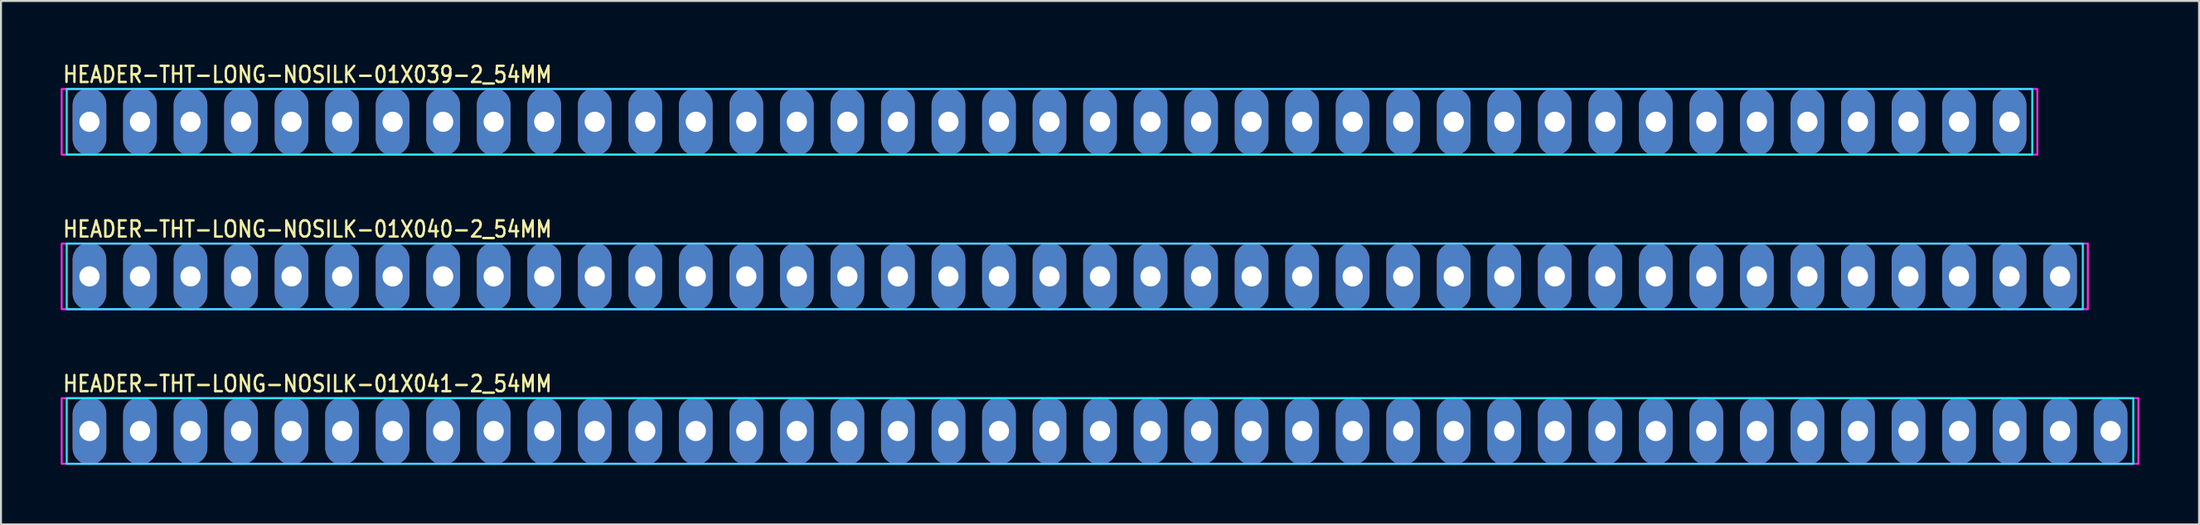
<source format=kicad_pcb>
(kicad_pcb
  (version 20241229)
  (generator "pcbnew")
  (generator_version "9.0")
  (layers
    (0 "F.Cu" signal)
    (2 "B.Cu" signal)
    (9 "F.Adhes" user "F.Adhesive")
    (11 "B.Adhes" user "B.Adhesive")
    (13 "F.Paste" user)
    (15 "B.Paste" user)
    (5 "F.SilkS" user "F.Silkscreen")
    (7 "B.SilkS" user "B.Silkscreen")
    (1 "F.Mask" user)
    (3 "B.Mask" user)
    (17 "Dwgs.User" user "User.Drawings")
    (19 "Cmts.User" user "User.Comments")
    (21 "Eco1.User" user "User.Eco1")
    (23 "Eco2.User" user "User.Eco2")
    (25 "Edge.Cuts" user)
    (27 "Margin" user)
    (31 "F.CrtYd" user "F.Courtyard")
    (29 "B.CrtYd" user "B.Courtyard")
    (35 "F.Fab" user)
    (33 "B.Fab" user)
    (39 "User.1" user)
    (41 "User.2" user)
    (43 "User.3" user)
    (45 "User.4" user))
  (footprint "HEADER-THT-LONG-NOSILK-01X039-2_54MM"
    (layer "F.Cu")
    (at 1.447 3.079)
    (property "Reference" "HEADER-THT-LONG-NOSILK-01X039-2_54MM" (at -1.4 -1.9 0) (unlocked yes) (layer "F.SilkS") (effects (font (size 0.813 0.695) (thickness 0.122)) (justify left bottom)))
    (fp_poly (pts (xy -1.143 -1.651) (xy 97.663 -1.651) (xy 97.663 1.651) (xy -1.143 1.651)) (stroke (width 0.1) (type solid)) (fill no) (layer "B.CrtYd"))
    (fp_poly (pts (xy -1.397 -1.651) (xy 97.917 -1.651) (xy 97.917 1.651) (xy -1.397 1.651)) (stroke (width 0.1) (type solid)) (fill no) (layer "F.CrtYd"))
    (pad "P$1" thru_hole oval (at 0 0 90) (size 3.387 1.693) (drill 1.016) (layers "*.Cu" "*.Mask"))
    (pad "P$2" thru_hole oval (at 2.54 0 90) (size 3.387 1.693) (drill 1.016) (layers "*.Cu" "*.Mask"))
    (pad "P$3" thru_hole oval (at 5.08 0 90) (size 3.387 1.693) (drill 1.016) (layers "*.Cu" "*.Mask"))
    (pad "P$4" thru_hole oval (at 7.62 0 90) (size 3.387 1.693) (drill 1.016) (layers "*.Cu" "*.Mask"))
    (pad "P$5" thru_hole oval (at 10.16 0 90) (size 3.387 1.693) (drill 1.016) (layers "*.Cu" "*.Mask"))
    (pad "P$6" thru_hole oval (at 12.7 0 90) (size 3.387 1.693) (drill 1.016) (layers "*.Cu" "*.Mask"))
    (pad "P$7" thru_hole oval (at 15.24 0 90) (size 3.387 1.693) (drill 1.016) (layers "*.Cu" "*.Mask"))
    (pad "P$8" thru_hole oval (at 17.78 0 90) (size 3.387 1.693) (drill 1.016) (layers "*.Cu" "*.Mask"))
    (pad "P$9" thru_hole oval (at 20.32 0 90) (size 3.387 1.693) (drill 1.016) (layers "*.Cu" "*.Mask"))
    (pad "P$10" thru_hole oval (at 22.86 0 90) (size 3.387 1.693) (drill 1.016) (layers "*.Cu" "*.Mask"))
    (pad "P$11" thru_hole oval (at 25.4 0 90) (size 3.387 1.693) (drill 1.016) (layers "*.Cu" "*.Mask"))
    (pad "P$12" thru_hole oval (at 27.94 0 90) (size 3.387 1.693) (drill 1.016) (layers "*.Cu" "*.Mask"))
    (pad "P$13" thru_hole oval (at 30.48 0 90) (size 3.387 1.693) (drill 1.016) (layers "*.Cu" "*.Mask"))
    (pad "P$14" thru_hole oval (at 33.02 0 90) (size 3.387 1.693) (drill 1.016) (layers "*.Cu" "*.Mask"))
    (pad "P$15" thru_hole oval (at 35.56 0 90) (size 3.387 1.693) (drill 1.016) (layers "*.Cu" "*.Mask"))
    (pad "P$16" thru_hole oval (at 38.1 0 90) (size 3.387 1.693) (drill 1.016) (layers "*.Cu" "*.Mask"))
    (pad "P$17" thru_hole oval (at 40.64 0 90) (size 3.387 1.693) (drill 1.016) (layers "*.Cu" "*.Mask"))
    (pad "P$18" thru_hole oval (at 43.18 0 90) (size 3.387 1.693) (drill 1.016) (layers "*.Cu" "*.Mask"))
    (pad "P$19" thru_hole oval (at 45.72 0 90) (size 3.387 1.693) (drill 1.016) (layers "*.Cu" "*.Mask"))
    (pad "P$20" thru_hole oval (at 48.26 0 90) (size 3.387 1.693) (drill 1.016) (layers "*.Cu" "*.Mask"))
    (pad "P$21" thru_hole oval (at 50.8 0 90) (size 3.387 1.693) (drill 1.016) (layers "*.Cu" "*.Mask"))
    (pad "P$22" thru_hole oval (at 53.34 0 90) (size 3.387 1.693) (drill 1.016) (layers "*.Cu" "*.Mask"))
    (pad "P$23" thru_hole oval (at 55.88 0 90) (size 3.387 1.693) (drill 1.016) (layers "*.Cu" "*.Mask"))
    (pad "P$24" thru_hole oval (at 58.42 0 90) (size 3.387 1.693) (drill 1.016) (layers "*.Cu" "*.Mask"))
    (pad "P$25" thru_hole oval (at 60.96 0 90) (size 3.387 1.693) (drill 1.016) (layers "*.Cu" "*.Mask"))
    (pad "P$26" thru_hole oval (at 63.5 0 90) (size 3.387 1.693) (drill 1.016) (layers "*.Cu" "*.Mask"))
    (pad "P$27" thru_hole oval (at 66.04 0 90) (size 3.387 1.693) (drill 1.016) (layers "*.Cu" "*.Mask"))
    (pad "P$28" thru_hole oval (at 68.58 0 90) (size 3.387 1.693) (drill 1.016) (layers "*.Cu" "*.Mask"))
    (pad "P$29" thru_hole oval (at 71.12 0 90) (size 3.387 1.693) (drill 1.016) (layers "*.Cu" "*.Mask"))
    (pad "P$30" thru_hole oval (at 73.66 0 90) (size 3.387 1.693) (drill 1.016) (layers "*.Cu" "*.Mask"))
    (pad "P$31" thru_hole oval (at 76.2 0 90) (size 3.387 1.693) (drill 1.016) (layers "*.Cu" "*.Mask"))
    (pad "P$32" thru_hole oval (at 78.74 0 90) (size 3.387 1.693) (drill 1.016) (layers "*.Cu" "*.Mask"))
    (pad "P$33" thru_hole oval (at 81.28 0 90) (size 3.387 1.693) (drill 1.016) (layers "*.Cu" "*.Mask"))
    (pad "P$34" thru_hole oval (at 83.82 0 90) (size 3.387 1.693) (drill 1.016) (layers "*.Cu" "*.Mask"))
    (pad "P$35" thru_hole oval (at 86.36 0 90) (size 3.387 1.693) (drill 1.016) (layers "*.Cu" "*.Mask"))
    (pad "P$36" thru_hole oval (at 88.9 0 90) (size 3.387 1.693) (drill 1.016) (layers "*.Cu" "*.Mask"))
    (pad "P$37" thru_hole oval (at 91.44 0 90) (size 3.387 1.693) (drill 1.016) (layers "*.Cu" "*.Mask"))
    (pad "P$38" thru_hole oval (at 93.98 0 90) (size 3.387 1.693) (drill 1.016) (layers "*.Cu" "*.Mask"))
    (pad "P$39" thru_hole oval (at 96.52 0 90) (size 3.387 1.693) (drill 1.016) (layers "*.Cu" "*.Mask")))
  (footprint "HEADER-THT-LONG-NOSILK-01X040-2_54MM"
    (layer "F.Cu")
    (at 1.447 10.858)
    (property "Reference" "HEADER-THT-LONG-NOSILK-01X040-2_54MM" (at -1.4 -1.9 0) (unlocked yes) (layer "F.SilkS") (effects (font (size 0.813 0.695) (thickness 0.122)) (justify left bottom)))
    (fp_poly (pts (xy -1.143 -1.651) (xy 100.203 -1.651) (xy 100.203 1.651) (xy -1.143 1.651)) (stroke (width 0.1) (type solid)) (fill no) (layer "B.CrtYd"))
    (fp_poly (pts (xy -1.397 -1.651) (xy 100.457 -1.651) (xy 100.457 1.651) (xy -1.397 1.651)) (stroke (width 0.1) (type solid)) (fill no) (layer "F.CrtYd"))
    (pad "P$1" thru_hole oval (at 0 0 90) (size 3.387 1.693) (drill 1.016) (layers "*.Cu" "*.Mask"))
    (pad "P$2" thru_hole oval (at 2.54 0 90) (size 3.387 1.693) (drill 1.016) (layers "*.Cu" "*.Mask"))
    (pad "P$3" thru_hole oval (at 5.08 0 90) (size 3.387 1.693) (drill 1.016) (layers "*.Cu" "*.Mask"))
    (pad "P$4" thru_hole oval (at 7.62 0 90) (size 3.387 1.693) (drill 1.016) (layers "*.Cu" "*.Mask"))
    (pad "P$5" thru_hole oval (at 10.16 0 90) (size 3.387 1.693) (drill 1.016) (layers "*.Cu" "*.Mask"))
    (pad "P$6" thru_hole oval (at 12.7 0 90) (size 3.387 1.693) (drill 1.016) (layers "*.Cu" "*.Mask"))
    (pad "P$7" thru_hole oval (at 15.24 0 90) (size 3.387 1.693) (drill 1.016) (layers "*.Cu" "*.Mask"))
    (pad "P$8" thru_hole oval (at 17.78 0 90) (size 3.387 1.693) (drill 1.016) (layers "*.Cu" "*.Mask"))
    (pad "P$9" thru_hole oval (at 20.32 0 90) (size 3.387 1.693) (drill 1.016) (layers "*.Cu" "*.Mask"))
    (pad "P$10" thru_hole oval (at 22.86 0 90) (size 3.387 1.693) (drill 1.016) (layers "*.Cu" "*.Mask"))
    (pad "P$11" thru_hole oval (at 25.4 0 90) (size 3.387 1.693) (drill 1.016) (layers "*.Cu" "*.Mask"))
    (pad "P$12" thru_hole oval (at 27.94 0 90) (size 3.387 1.693) (drill 1.016) (layers "*.Cu" "*.Mask"))
    (pad "P$13" thru_hole oval (at 30.48 0 90) (size 3.387 1.693) (drill 1.016) (layers "*.Cu" "*.Mask"))
    (pad "P$14" thru_hole oval (at 33.02 0 90) (size 3.387 1.693) (drill 1.016) (layers "*.Cu" "*.Mask"))
    (pad "P$15" thru_hole oval (at 35.56 0 90) (size 3.387 1.693) (drill 1.016) (layers "*.Cu" "*.Mask"))
    (pad "P$16" thru_hole oval (at 38.1 0 90) (size 3.387 1.693) (drill 1.016) (layers "*.Cu" "*.Mask"))
    (pad "P$17" thru_hole oval (at 40.64 0 90) (size 3.387 1.693) (drill 1.016) (layers "*.Cu" "*.Mask"))
    (pad "P$18" thru_hole oval (at 43.18 0 90) (size 3.387 1.693) (drill 1.016) (layers "*.Cu" "*.Mask"))
    (pad "P$19" thru_hole oval (at 45.72 0 90) (size 3.387 1.693) (drill 1.016) (layers "*.Cu" "*.Mask"))
    (pad "P$20" thru_hole oval (at 48.26 0 90) (size 3.387 1.693) (drill 1.016) (layers "*.Cu" "*.Mask"))
    (pad "P$21" thru_hole oval (at 50.8 0 90) (size 3.387 1.693) (drill 1.016) (layers "*.Cu" "*.Mask"))
    (pad "P$22" thru_hole oval (at 53.34 0 90) (size 3.387 1.693) (drill 1.016) (layers "*.Cu" "*.Mask"))
    (pad "P$23" thru_hole oval (at 55.88 0 90) (size 3.387 1.693) (drill 1.016) (layers "*.Cu" "*.Mask"))
    (pad "P$24" thru_hole oval (at 58.42 0 90) (size 3.387 1.693) (drill 1.016) (layers "*.Cu" "*.Mask"))
    (pad "P$25" thru_hole oval (at 60.96 0 90) (size 3.387 1.693) (drill 1.016) (layers "*.Cu" "*.Mask"))
    (pad "P$26" thru_hole oval (at 63.5 0 90) (size 3.387 1.693) (drill 1.016) (layers "*.Cu" "*.Mask"))
    (pad "P$27" thru_hole oval (at 66.04 0 90) (size 3.387 1.693) (drill 1.016) (layers "*.Cu" "*.Mask"))
    (pad "P$28" thru_hole oval (at 68.58 0 90) (size 3.387 1.693) (drill 1.016) (layers "*.Cu" "*.Mask"))
    (pad "P$29" thru_hole oval (at 71.12 0 90) (size 3.387 1.693) (drill 1.016) (layers "*.Cu" "*.Mask"))
    (pad "P$30" thru_hole oval (at 73.66 0 90) (size 3.387 1.693) (drill 1.016) (layers "*.Cu" "*.Mask"))
    (pad "P$31" thru_hole oval (at 76.2 0 90) (size 3.387 1.693) (drill 1.016) (layers "*.Cu" "*.Mask"))
    (pad "P$32" thru_hole oval (at 78.74 0 90) (size 3.387 1.693) (drill 1.016) (layers "*.Cu" "*.Mask"))
    (pad "P$33" thru_hole oval (at 81.28 0 90) (size 3.387 1.693) (drill 1.016) (layers "*.Cu" "*.Mask"))
    (pad "P$34" thru_hole oval (at 83.82 0 90) (size 3.387 1.693) (drill 1.016) (layers "*.Cu" "*.Mask"))
    (pad "P$35" thru_hole oval (at 86.36 0 90) (size 3.387 1.693) (drill 1.016) (layers "*.Cu" "*.Mask"))
    (pad "P$36" thru_hole oval (at 88.9 0 90) (size 3.387 1.693) (drill 1.016) (layers "*.Cu" "*.Mask"))
    (pad "P$37" thru_hole oval (at 91.44 0 90) (size 3.387 1.693) (drill 1.016) (layers "*.Cu" "*.Mask"))
    (pad "P$38" thru_hole oval (at 93.98 0 90) (size 3.387 1.693) (drill 1.016) (layers "*.Cu" "*.Mask"))
    (pad "P$39" thru_hole oval (at 96.52 0 90) (size 3.387 1.693) (drill 1.016) (layers "*.Cu" "*.Mask"))
    (pad "P$40" thru_hole oval (at 99.06 0 90) (size 3.387 1.693) (drill 1.016) (layers "*.Cu" "*.Mask")))
  (footprint "HEADER-THT-LONG-NOSILK-01X041-2_54MM"
    (layer "F.Cu")
    (at 1.447 18.638)
    (property "Reference" "HEADER-THT-LONG-NOSILK-01X041-2_54MM" (at -1.4 -1.9 0) (unlocked yes) (layer "F.SilkS") (effects (font (size 0.813 0.695) (thickness 0.122)) (justify left bottom)))
    (fp_poly (pts (xy -1.143 -1.651) (xy 102.743 -1.651) (xy 102.743 1.651) (xy -1.143 1.651)) (stroke (width 0.1) (type solid)) (fill no) (layer "B.CrtYd"))
    (fp_poly (pts (xy -1.397 -1.651) (xy 102.997 -1.651) (xy 102.997 1.651) (xy -1.397 1.651)) (stroke (width 0.1) (type solid)) (fill no) (layer "F.CrtYd"))
    (pad "P$1" thru_hole oval (at 0 0 90) (size 3.387 1.693) (drill 1.016) (layers "*.Cu" "*.Mask"))
    (pad "P$2" thru_hole oval (at 2.54 0 90) (size 3.387 1.693) (drill 1.016) (layers "*.Cu" "*.Mask"))
    (pad "P$3" thru_hole oval (at 5.08 0 90) (size 3.387 1.693) (drill 1.016) (layers "*.Cu" "*.Mask"))
    (pad "P$4" thru_hole oval (at 7.62 0 90) (size 3.387 1.693) (drill 1.016) (layers "*.Cu" "*.Mask"))
    (pad "P$5" thru_hole oval (at 10.16 0 90) (size 3.387 1.693) (drill 1.016) (layers "*.Cu" "*.Mask"))
    (pad "P$6" thru_hole oval (at 12.7 0 90) (size 3.387 1.693) (drill 1.016) (layers "*.Cu" "*.Mask"))
    (pad "P$7" thru_hole oval (at 15.24 0 90) (size 3.387 1.693) (drill 1.016) (layers "*.Cu" "*.Mask"))
    (pad "P$8" thru_hole oval (at 17.78 0 90) (size 3.387 1.693) (drill 1.016) (layers "*.Cu" "*.Mask"))
    (pad "P$9" thru_hole oval (at 20.32 0 90) (size 3.387 1.693) (drill 1.016) (layers "*.Cu" "*.Mask"))
    (pad "P$10" thru_hole oval (at 22.86 0 90) (size 3.387 1.693) (drill 1.016) (layers "*.Cu" "*.Mask"))
    (pad "P$11" thru_hole oval (at 25.4 0 90) (size 3.387 1.693) (drill 1.016) (layers "*.Cu" "*.Mask"))
    (pad "P$12" thru_hole oval (at 27.94 0 90) (size 3.387 1.693) (drill 1.016) (layers "*.Cu" "*.Mask"))
    (pad "P$13" thru_hole oval (at 30.48 0 90) (size 3.387 1.693) (drill 1.016) (layers "*.Cu" "*.Mask"))
    (pad "P$14" thru_hole oval (at 33.02 0 90) (size 3.387 1.693) (drill 1.016) (layers "*.Cu" "*.Mask"))
    (pad "P$15" thru_hole oval (at 35.56 0 90) (size 3.387 1.693) (drill 1.016) (layers "*.Cu" "*.Mask"))
    (pad "P$16" thru_hole oval (at 38.1 0 90) (size 3.387 1.693) (drill 1.016) (layers "*.Cu" "*.Mask"))
    (pad "P$17" thru_hole oval (at 40.64 0 90) (size 3.387 1.693) (drill 1.016) (layers "*.Cu" "*.Mask"))
    (pad "P$18" thru_hole oval (at 43.18 0 90) (size 3.387 1.693) (drill 1.016) (layers "*.Cu" "*.Mask"))
    (pad "P$19" thru_hole oval (at 45.72 0 90) (size 3.387 1.693) (drill 1.016) (layers "*.Cu" "*.Mask"))
    (pad "P$20" thru_hole oval (at 48.26 0 90) (size 3.387 1.693) (drill 1.016) (layers "*.Cu" "*.Mask"))
    (pad "P$21" thru_hole oval (at 50.8 0 90) (size 3.387 1.693) (drill 1.016) (layers "*.Cu" "*.Mask"))
    (pad "P$22" thru_hole oval (at 53.34 0 90) (size 3.387 1.693) (drill 1.016) (layers "*.Cu" "*.Mask"))
    (pad "P$23" thru_hole oval (at 55.88 0 90) (size 3.387 1.693) (drill 1.016) (layers "*.Cu" "*.Mask"))
    (pad "P$24" thru_hole oval (at 58.42 0 90) (size 3.387 1.693) (drill 1.016) (layers "*.Cu" "*.Mask"))
    (pad "P$25" thru_hole oval (at 60.96 0 90) (size 3.387 1.693) (drill 1.016) (layers "*.Cu" "*.Mask"))
    (pad "P$26" thru_hole oval (at 63.5 0 90) (size 3.387 1.693) (drill 1.016) (layers "*.Cu" "*.Mask"))
    (pad "P$27" thru_hole oval (at 66.04 0 90) (size 3.387 1.693) (drill 1.016) (layers "*.Cu" "*.Mask"))
    (pad "P$28" thru_hole oval (at 68.58 0 90) (size 3.387 1.693) (drill 1.016) (layers "*.Cu" "*.Mask"))
    (pad "P$29" thru_hole oval (at 71.12 0 90) (size 3.387 1.693) (drill 1.016) (layers "*.Cu" "*.Mask"))
    (pad "P$30" thru_hole oval (at 73.66 0 90) (size 3.387 1.693) (drill 1.016) (layers "*.Cu" "*.Mask"))
    (pad "P$31" thru_hole oval (at 76.2 0 90) (size 3.387 1.693) (drill 1.016) (layers "*.Cu" "*.Mask"))
    (pad "P$32" thru_hole oval (at 78.74 0 90) (size 3.387 1.693) (drill 1.016) (layers "*.Cu" "*.Mask"))
    (pad "P$33" thru_hole oval (at 81.28 0 90) (size 3.387 1.693) (drill 1.016) (layers "*.Cu" "*.Mask"))
    (pad "P$34" thru_hole oval (at 83.82 0 90) (size 3.387 1.693) (drill 1.016) (layers "*.Cu" "*.Mask"))
    (pad "P$35" thru_hole oval (at 86.36 0 90) (size 3.387 1.693) (drill 1.016) (layers "*.Cu" "*.Mask"))
    (pad "P$36" thru_hole oval (at 88.9 0 90) (size 3.387 1.693) (drill 1.016) (layers "*.Cu" "*.Mask"))
    (pad "P$37" thru_hole oval (at 91.44 0 90) (size 3.387 1.693) (drill 1.016) (layers "*.Cu" "*.Mask"))
    (pad "P$38" thru_hole oval (at 93.98 0 90) (size 3.387 1.693) (drill 1.016) (layers "*.Cu" "*.Mask"))
    (pad "P$39" thru_hole oval (at 96.52 0 90) (size 3.387 1.693) (drill 1.016) (layers "*.Cu" "*.Mask"))
    (pad "P$40" thru_hole oval (at 99.06 0 90) (size 3.387 1.693) (drill 1.016) (layers "*.Cu" "*.Mask"))
    (pad "P$41" thru_hole oval (at 101.6 0 90) (size 3.387 1.693) (drill 1.016) (layers "*.Cu" "*.Mask")))
  (gr_rect
    (start -3 -3)
    (end 107.494 23.339)
    (stroke (width 0.1) (type default))
    (fill no)
    (layer "Edge.Cuts")))
</source>
